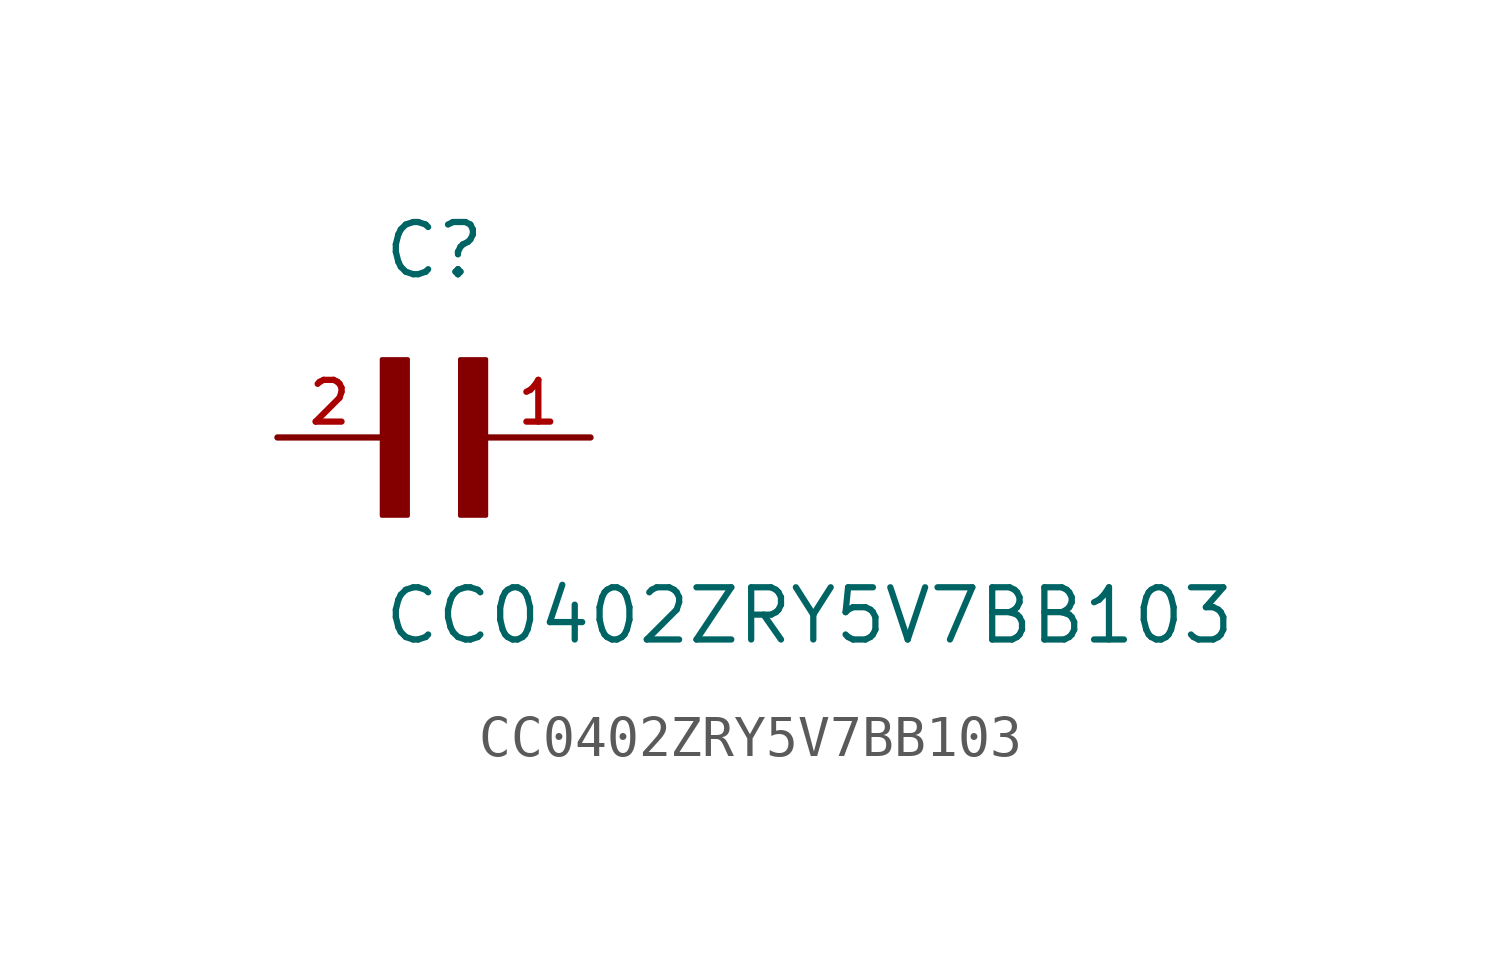
<source format=kicad_sym>
(kicad_symbol_lib
  (version 20211014)
  (generator kicad_symbol_editor)
  (symbol "CC0402ZRY5V7BB103"
    (pin_names
      (offset 1.016))
    (property "Reference" "C"
      (at 0.0 3.81 0)
      (effects (font (size 1.27 1.27)) (justify bottom left)))
    (property "Value" "CC0402ZRY5V7BB103"
      (at 0.0 -5.08 0)
      (effects (font (size 1.27 1.27)) (justify bottom left)))
    (symbol "CC0402ZRY5V7BB103_0_0"
      (rectangle (start 0.0 -1.905) (end 0.635 1.905) (stroke (width 0.1)) (fill (type outline)))
      (rectangle (start 1.905 -1.905) (end 2.54 1.905) (stroke (width 0.1)) (fill (type outline)))
      (pin passive line (at 5.08 0.0 180.0) (length 2.54) (name "~" (effects (font (size 1.016 1.016)))) (number "1" (effects (font (size 1.016 1.016)))))
      (pin passive line (at -2.54 0.0 0) (length 2.54) (name "~" (effects (font (size 1.016 1.016)))) (number "2" (effects (font (size 1.016 1.016))))))))
</source>
